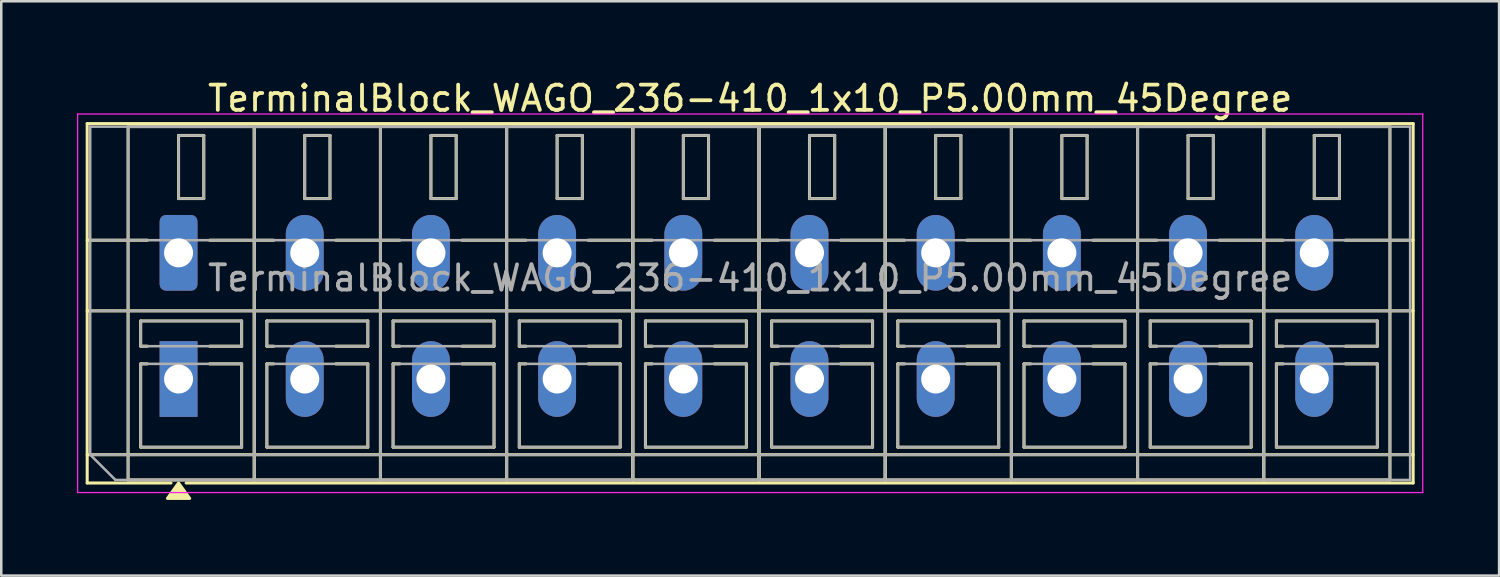
<source format=kicad_pcb>
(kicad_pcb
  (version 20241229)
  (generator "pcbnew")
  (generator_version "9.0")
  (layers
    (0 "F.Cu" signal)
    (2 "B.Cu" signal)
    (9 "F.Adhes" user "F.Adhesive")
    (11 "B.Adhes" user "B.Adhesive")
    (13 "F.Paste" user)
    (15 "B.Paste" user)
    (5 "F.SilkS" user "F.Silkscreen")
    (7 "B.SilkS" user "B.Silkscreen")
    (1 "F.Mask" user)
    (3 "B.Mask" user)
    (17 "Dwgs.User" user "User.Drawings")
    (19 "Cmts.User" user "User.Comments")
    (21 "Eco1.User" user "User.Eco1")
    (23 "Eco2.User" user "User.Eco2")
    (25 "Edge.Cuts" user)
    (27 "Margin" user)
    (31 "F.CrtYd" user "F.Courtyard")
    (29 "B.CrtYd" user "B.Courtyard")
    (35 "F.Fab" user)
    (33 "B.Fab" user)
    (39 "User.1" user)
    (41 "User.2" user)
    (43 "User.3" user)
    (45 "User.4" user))
  (footprint "TerminalBlock_WAGO_236-410_1x10_P5.00mm_45Degree"
    (layer "F.Cu")
    (at 4.025 6.968)
    (property "Reference" "TerminalBlock_WAGO_236-410_1x10_P5.00mm_45Degree" (at 22.65 -6.12 0) (layer "F.SilkS") (effects (font (size 1 1) (thickness 0.15))))
    (attr through_hole)
    (fp_line (start -3.62 -5.12) (end 48.92 -5.12) (stroke (width 0.12) (type solid)) (layer "F.SilkS"))
    (fp_line (start -3.62 -0.5) (end -1.23 -0.5) (stroke (width 0.12) (type solid)) (layer "F.SilkS"))
    (fp_line (start -3.62 2.3) (end 48.92 2.3) (stroke (width 0.12) (type solid)) (layer "F.SilkS"))
    (fp_line (start -3.62 8) (end 48.92 8) (stroke (width 0.12) (type solid)) (layer "F.SilkS"))
    (fp_line (start -3.62 9.12) (end -3.62 -5.12) (stroke (width 0.12) (type solid)) (layer "F.SilkS"))
    (fp_line (start -2 -5) (end 3 -5) (stroke (width 0.12) (type solid)) (layer "F.SilkS"))
    (fp_line (start -2 9) (end -2 -5) (stroke (width 0.12) (type solid)) (layer "F.SilkS"))
    (fp_line (start -1.5 2.7) (end 2.5 2.7) (stroke (width 0.12) (type solid)) (layer "F.SilkS"))
    (fp_line (start -1.5 3.7) (end -1.5 2.7) (stroke (width 0.12) (type solid)) (layer "F.SilkS"))
    (fp_line (start -1.5 4.4) (end -1.23 4.4) (stroke (width 0.12) (type solid)) (layer "F.SilkS"))
    (fp_line (start -1.5 7.7) (end -1.5 4.4) (stroke (width 0.12) (type solid)) (layer "F.SilkS"))
    (fp_line (start -1.23 3.7) (end -1.5 3.7) (stroke (width 0.12) (type solid)) (layer "F.SilkS"))
    (fp_line (start -0.3 9.12) (end -3.62 9.12) (stroke (width 0.12) (type solid)) (layer "F.SilkS"))
    (fp_line (start 0 -4.65) (end 1 -4.65) (stroke (width 0.12) (type solid)) (layer "F.SilkS"))
    (fp_line (start 0 -2.15) (end 0 -4.65) (stroke (width 0.12) (type solid)) (layer "F.SilkS"))
    (fp_line (start 1 -4.65) (end 1 -2.15) (stroke (width 0.12) (type solid)) (layer "F.SilkS"))
    (fp_line (start 1 -2.15) (end 0 -2.15) (stroke (width 0.12) (type solid)) (layer "F.SilkS"))
    (fp_line (start 1.23 -0.5) (end 3.77 -0.5) (stroke (width 0.12) (type solid)) (layer "F.SilkS"))
    (fp_line (start 1.23 4.4) (end 2.5 4.4) (stroke (width 0.12) (type solid)) (layer "F.SilkS"))
    (fp_line (start 2.5 2.7) (end 2.5 3.7) (stroke (width 0.12) (type solid)) (layer "F.SilkS"))
    (fp_line (start 2.5 3.7) (end 1.23 3.7) (stroke (width 0.12) (type solid)) (layer "F.SilkS"))
    (fp_line (start 2.5 4.4) (end 2.5 7.7) (stroke (width 0.12) (type solid)) (layer "F.SilkS"))
    (fp_line (start 2.5 7.7) (end -1.5 7.7) (stroke (width 0.12) (type solid)) (layer "F.SilkS"))
    (fp_line (start 3 -5) (end 3 9) (stroke (width 0.12) (type solid)) (layer "F.SilkS"))
    (fp_line (start 3 -5) (end 8 -5) (stroke (width 0.12) (type solid)) (layer "F.SilkS"))
    (fp_line (start 3 9) (end -2 9) (stroke (width 0.12) (type solid)) (layer "F.SilkS"))
    (fp_line (start 3 9) (end 3 -5) (stroke (width 0.12) (type solid)) (layer "F.SilkS"))
    (fp_line (start 3.5 2.7) (end 7.5 2.7) (stroke (width 0.12) (type solid)) (layer "F.SilkS"))
    (fp_line (start 3.5 3.7) (end 3.5 2.7) (stroke (width 0.12) (type solid)) (layer "F.SilkS"))
    (fp_line (start 3.5 4.4) (end 3.77 4.4) (stroke (width 0.12) (type solid)) (layer "F.SilkS"))
    (fp_line (start 3.5 7.7) (end 3.5 4.4) (stroke (width 0.12) (type solid)) (layer "F.SilkS"))
    (fp_line (start 3.77 3.7) (end 3.5 3.7) (stroke (width 0.12) (type solid)) (layer "F.SilkS"))
    (fp_line (start 5 -4.65) (end 6 -4.65) (stroke (width 0.12) (type solid)) (layer "F.SilkS"))
    (fp_line (start 5 -2.15) (end 5 -4.65) (stroke (width 0.12) (type solid)) (layer "F.SilkS"))
    (fp_line (start 6 -4.65) (end 6 -2.15) (stroke (width 0.12) (type solid)) (layer "F.SilkS"))
    (fp_line (start 6 -2.15) (end 5 -2.15) (stroke (width 0.12) (type solid)) (layer "F.SilkS"))
    (fp_line (start 6.23 -0.5) (end 8.77 -0.5) (stroke (width 0.12) (type solid)) (layer "F.SilkS"))
    (fp_line (start 6.23 4.4) (end 7.5 4.4) (stroke (width 0.12) (type solid)) (layer "F.SilkS"))
    (fp_line (start 7.5 2.7) (end 7.5 3.7) (stroke (width 0.12) (type solid)) (layer "F.SilkS"))
    (fp_line (start 7.5 3.7) (end 6.23 3.7) (stroke (width 0.12) (type solid)) (layer "F.SilkS"))
    (fp_line (start 7.5 4.4) (end 7.5 7.7) (stroke (width 0.12) (type solid)) (layer "F.SilkS"))
    (fp_line (start 7.5 7.7) (end 3.5 7.7) (stroke (width 0.12) (type solid)) (layer "F.SilkS"))
    (fp_line (start 8 -5) (end 8 9) (stroke (width 0.12) (type solid)) (layer "F.SilkS"))
    (fp_line (start 8 -5) (end 13 -5) (stroke (width 0.12) (type solid)) (layer "F.SilkS"))
    (fp_line (start 8 9) (end 3 9) (stroke (width 0.12) (type solid)) (layer "F.SilkS"))
    (fp_line (start 8 9) (end 8 -5) (stroke (width 0.12) (type solid)) (layer "F.SilkS"))
    (fp_line (start 8.5 2.7) (end 12.5 2.7) (stroke (width 0.12) (type solid)) (layer "F.SilkS"))
    (fp_line (start 8.5 3.7) (end 8.5 2.7) (stroke (width 0.12) (type solid)) (layer "F.SilkS"))
    (fp_line (start 8.5 4.4) (end 8.77 4.4) (stroke (width 0.12) (type solid)) (layer "F.SilkS"))
    (fp_line (start 8.5 7.7) (end 8.5 4.4) (stroke (width 0.12) (type solid)) (layer "F.SilkS"))
    (fp_line (start 8.77 3.7) (end 8.5 3.7) (stroke (width 0.12) (type solid)) (layer "F.SilkS"))
    (fp_line (start 10 -4.65) (end 11 -4.65) (stroke (width 0.12) (type solid)) (layer "F.SilkS"))
    (fp_line (start 10 -2.15) (end 10 -4.65) (stroke (width 0.12) (type solid)) (layer "F.SilkS"))
    (fp_line (start 11 -4.65) (end 11 -2.15) (stroke (width 0.12) (type solid)) (layer "F.SilkS"))
    (fp_line (start 11 -2.15) (end 10 -2.15) (stroke (width 0.12) (type solid)) (layer "F.SilkS"))
    (fp_line (start 11.23 -0.5) (end 13.77 -0.5) (stroke (width 0.12) (type solid)) (layer "F.SilkS"))
    (fp_line (start 11.23 4.4) (end 12.5 4.4) (stroke (width 0.12) (type solid)) (layer "F.SilkS"))
    (fp_line (start 12.5 2.7) (end 12.5 3.7) (stroke (width 0.12) (type solid)) (layer "F.SilkS"))
    (fp_line (start 12.5 3.7) (end 11.23 3.7) (stroke (width 0.12) (type solid)) (layer "F.SilkS"))
    (fp_line (start 12.5 4.4) (end 12.5 7.7) (stroke (width 0.12) (type solid)) (layer "F.SilkS"))
    (fp_line (start 12.5 7.7) (end 8.5 7.7) (stroke (width 0.12) (type solid)) (layer "F.SilkS"))
    (fp_line (start 13 -5) (end 13 9) (stroke (width 0.12) (type solid)) (layer "F.SilkS"))
    (fp_line (start 13 -5) (end 18 -5) (stroke (width 0.12) (type solid)) (layer "F.SilkS"))
    (fp_line (start 13 9) (end 8 9) (stroke (width 0.12) (type solid)) (layer "F.SilkS"))
    (fp_line (start 13 9) (end 13 -5) (stroke (width 0.12) (type solid)) (layer "F.SilkS"))
    (fp_line (start 13.5 2.7) (end 17.5 2.7) (stroke (width 0.12) (type solid)) (layer "F.SilkS"))
    (fp_line (start 13.5 3.7) (end 13.5 2.7) (stroke (width 0.12) (type solid)) (layer "F.SilkS"))
    (fp_line (start 13.5 4.4) (end 13.77 4.4) (stroke (width 0.12) (type solid)) (layer "F.SilkS"))
    (fp_line (start 13.5 7.7) (end 13.5 4.4) (stroke (width 0.12) (type solid)) (layer "F.SilkS"))
    (fp_line (start 13.77 3.7) (end 13.5 3.7) (stroke (width 0.12) (type solid)) (layer "F.SilkS"))
    (fp_line (start 15 -4.65) (end 16 -4.65) (stroke (width 0.12) (type solid)) (layer "F.SilkS"))
    (fp_line (start 15 -2.15) (end 15 -4.65) (stroke (width 0.12) (type solid)) (layer "F.SilkS"))
    (fp_line (start 16 -4.65) (end 16 -2.15) (stroke (width 0.12) (type solid)) (layer "F.SilkS"))
    (fp_line (start 16 -2.15) (end 15 -2.15) (stroke (width 0.12) (type solid)) (layer "F.SilkS"))
    (fp_line (start 16.23 -0.5) (end 18.77 -0.5) (stroke (width 0.12) (type solid)) (layer "F.SilkS"))
    (fp_line (start 16.23 4.4) (end 17.5 4.4) (stroke (width 0.12) (type solid)) (layer "F.SilkS"))
    (fp_line (start 17.5 2.7) (end 17.5 3.7) (stroke (width 0.12) (type solid)) (layer "F.SilkS"))
    (fp_line (start 17.5 3.7) (end 16.23 3.7) (stroke (width 0.12) (type solid)) (layer "F.SilkS"))
    (fp_line (start 17.5 4.4) (end 17.5 7.7) (stroke (width 0.12) (type solid)) (layer "F.SilkS"))
    (fp_line (start 17.5 7.7) (end 13.5 7.7) (stroke (width 0.12) (type solid)) (layer "F.SilkS"))
    (fp_line (start 18 -5) (end 18 9) (stroke (width 0.12) (type solid)) (layer "F.SilkS"))
    (fp_line (start 18 -5) (end 23 -5) (stroke (width 0.12) (type solid)) (layer "F.SilkS"))
    (fp_line (start 18 9) (end 13 9) (stroke (width 0.12) (type solid)) (layer "F.SilkS"))
    (fp_line (start 18 9) (end 18 -5) (stroke (width 0.12) (type solid)) (layer "F.SilkS"))
    (fp_line (start 18.5 2.7) (end 22.5 2.7) (stroke (width 0.12) (type solid)) (layer "F.SilkS"))
    (fp_line (start 18.5 3.7) (end 18.5 2.7) (stroke (width 0.12) (type solid)) (layer "F.SilkS"))
    (fp_line (start 18.5 4.4) (end 18.77 4.4) (stroke (width 0.12) (type solid)) (layer "F.SilkS"))
    (fp_line (start 18.5 7.7) (end 18.5 4.4) (stroke (width 0.12) (type solid)) (layer "F.SilkS"))
    (fp_line (start 18.77 3.7) (end 18.5 3.7) (stroke (width 0.12) (type solid)) (layer "F.SilkS"))
    (fp_line (start 20 -4.65) (end 21 -4.65) (stroke (width 0.12) (type solid)) (layer "F.SilkS"))
    (fp_line (start 20 -2.15) (end 20 -4.65) (stroke (width 0.12) (type solid)) (layer "F.SilkS"))
    (fp_line (start 21 -4.65) (end 21 -2.15) (stroke (width 0.12) (type solid)) (layer "F.SilkS"))
    (fp_line (start 21 -2.15) (end 20 -2.15) (stroke (width 0.12) (type solid)) (layer "F.SilkS"))
    (fp_line (start 21.23 -0.5) (end 23.77 -0.5) (stroke (width 0.12) (type solid)) (layer "F.SilkS"))
    (fp_line (start 21.23 4.4) (end 22.5 4.4) (stroke (width 0.12) (type solid)) (layer "F.SilkS"))
    (fp_line (start 22.5 2.7) (end 22.5 3.7) (stroke (width 0.12) (type solid)) (layer "F.SilkS"))
    (fp_line (start 22.5 3.7) (end 21.23 3.7) (stroke (width 0.12) (type solid)) (layer "F.SilkS"))
    (fp_line (start 22.5 4.4) (end 22.5 7.7) (stroke (width 0.12) (type solid)) (layer "F.SilkS"))
    (fp_line (start 22.5 7.7) (end 18.5 7.7) (stroke (width 0.12) (type solid)) (layer "F.SilkS"))
    (fp_line (start 23 -5) (end 23 9) (stroke (width 0.12) (type solid)) (layer "F.SilkS"))
    (fp_line (start 23 -5) (end 28 -5) (stroke (width 0.12) (type solid)) (layer "F.SilkS"))
    (fp_line (start 23 9) (end 18 9) (stroke (width 0.12) (type solid)) (layer "F.SilkS"))
    (fp_line (start 23 9) (end 23 -5) (stroke (width 0.12) (type solid)) (layer "F.SilkS"))
    (fp_line (start 23.5 2.7) (end 27.5 2.7) (stroke (width 0.12) (type solid)) (layer "F.SilkS"))
    (fp_line (start 23.5 3.7) (end 23.5 2.7) (stroke (width 0.12) (type solid)) (layer "F.SilkS"))
    (fp_line (start 23.5 4.4) (end 23.77 4.4) (stroke (width 0.12) (type solid)) (layer "F.SilkS"))
    (fp_line (start 23.5 7.7) (end 23.5 4.4) (stroke (width 0.12) (type solid)) (layer "F.SilkS"))
    (fp_line (start 23.77 3.7) (end 23.5 3.7) (stroke (width 0.12) (type solid)) (layer "F.SilkS"))
    (fp_line (start 25 -4.65) (end 26 -4.65) (stroke (width 0.12) (type solid)) (layer "F.SilkS"))
    (fp_line (start 25 -2.15) (end 25 -4.65) (stroke (width 0.12) (type solid)) (layer "F.SilkS"))
    (fp_line (start 26 -4.65) (end 26 -2.15) (stroke (width 0.12) (type solid)) (layer "F.SilkS"))
    (fp_line (start 26 -2.15) (end 25 -2.15) (stroke (width 0.12) (type solid)) (layer "F.SilkS"))
    (fp_line (start 26.23 -0.5) (end 28.77 -0.5) (stroke (width 0.12) (type solid)) (layer "F.SilkS"))
    (fp_line (start 26.23 4.4) (end 27.5 4.4) (stroke (width 0.12) (type solid)) (layer "F.SilkS"))
    (fp_line (start 27.5 2.7) (end 27.5 3.7) (stroke (width 0.12) (type solid)) (layer "F.SilkS"))
    (fp_line (start 27.5 3.7) (end 26.23 3.7) (stroke (width 0.12) (type solid)) (layer "F.SilkS"))
    (fp_line (start 27.5 4.4) (end 27.5 7.7) (stroke (width 0.12) (type solid)) (layer "F.SilkS"))
    (fp_line (start 27.5 7.7) (end 23.5 7.7) (stroke (width 0.12) (type solid)) (layer "F.SilkS"))
    (fp_line (start 28 -5) (end 28 9) (stroke (width 0.12) (type solid)) (layer "F.SilkS"))
    (fp_line (start 28 -5) (end 33 -5) (stroke (width 0.12) (type solid)) (layer "F.SilkS"))
    (fp_line (start 28 9) (end 23 9) (stroke (width 0.12) (type solid)) (layer "F.SilkS"))
    (fp_line (start 28 9) (end 28 -5) (stroke (width 0.12) (type solid)) (layer "F.SilkS"))
    (fp_line (start 28.5 2.7) (end 32.5 2.7) (stroke (width 0.12) (type solid)) (layer "F.SilkS"))
    (fp_line (start 28.5 3.7) (end 28.5 2.7) (stroke (width 0.12) (type solid)) (layer "F.SilkS"))
    (fp_line (start 28.5 4.4) (end 28.77 4.4) (stroke (width 0.12) (type solid)) (layer "F.SilkS"))
    (fp_line (start 28.5 7.7) (end 28.5 4.4) (stroke (width 0.12) (type solid)) (layer "F.SilkS"))
    (fp_line (start 28.77 3.7) (end 28.5 3.7) (stroke (width 0.12) (type solid)) (layer "F.SilkS"))
    (fp_line (start 30 -4.65) (end 31 -4.65) (stroke (width 0.12) (type solid)) (layer "F.SilkS"))
    (fp_line (start 30 -2.15) (end 30 -4.65) (stroke (width 0.12) (type solid)) (layer "F.SilkS"))
    (fp_line (start 31 -4.65) (end 31 -2.15) (stroke (width 0.12) (type solid)) (layer "F.SilkS"))
    (fp_line (start 31 -2.15) (end 30 -2.15) (stroke (width 0.12) (type solid)) (layer "F.SilkS"))
    (fp_line (start 31.23 -0.5) (end 33.77 -0.5) (stroke (width 0.12) (type solid)) (layer "F.SilkS"))
    (fp_line (start 31.23 4.4) (end 32.5 4.4) (stroke (width 0.12) (type solid)) (layer "F.SilkS"))
    (fp_line (start 32.5 2.7) (end 32.5 3.7) (stroke (width 0.12) (type solid)) (layer "F.SilkS"))
    (fp_line (start 32.5 3.7) (end 31.23 3.7) (stroke (width 0.12) (type solid)) (layer "F.SilkS"))
    (fp_line (start 32.5 4.4) (end 32.5 7.7) (stroke (width 0.12) (type solid)) (layer "F.SilkS"))
    (fp_line (start 32.5 7.7) (end 28.5 7.7) (stroke (width 0.12) (type solid)) (layer "F.SilkS"))
    (fp_line (start 33 -5) (end 33 9) (stroke (width 0.12) (type solid)) (layer "F.SilkS"))
    (fp_line (start 33 -5) (end 38 -5) (stroke (width 0.12) (type solid)) (layer "F.SilkS"))
    (fp_line (start 33 9) (end 28 9) (stroke (width 0.12) (type solid)) (layer "F.SilkS"))
    (fp_line (start 33 9) (end 33 -5) (stroke (width 0.12) (type solid)) (layer "F.SilkS"))
    (fp_line (start 33.5 2.7) (end 37.5 2.7) (stroke (width 0.12) (type solid)) (layer "F.SilkS"))
    (fp_line (start 33.5 3.7) (end 33.5 2.7) (stroke (width 0.12) (type solid)) (layer "F.SilkS"))
    (fp_line (start 33.5 4.4) (end 33.77 4.4) (stroke (width 0.12) (type solid)) (layer "F.SilkS"))
    (fp_line (start 33.5 7.7) (end 33.5 4.4) (stroke (width 0.12) (type solid)) (layer "F.SilkS"))
    (fp_line (start 33.77 3.7) (end 33.5 3.7) (stroke (width 0.12) (type solid)) (layer "F.SilkS"))
    (fp_line (start 35 -4.65) (end 36 -4.65) (stroke (width 0.12) (type solid)) (layer "F.SilkS"))
    (fp_line (start 35 -2.15) (end 35 -4.65) (stroke (width 0.12) (type solid)) (layer "F.SilkS"))
    (fp_line (start 36 -4.65) (end 36 -2.15) (stroke (width 0.12) (type solid)) (layer "F.SilkS"))
    (fp_line (start 36 -2.15) (end 35 -2.15) (stroke (width 0.12) (type solid)) (layer "F.SilkS"))
    (fp_line (start 36.23 -0.5) (end 38.77 -0.5) (stroke (width 0.12) (type solid)) (layer "F.SilkS"))
    (fp_line (start 36.23 4.4) (end 37.5 4.4) (stroke (width 0.12) (type solid)) (layer "F.SilkS"))
    (fp_line (start 37.5 2.7) (end 37.5 3.7) (stroke (width 0.12) (type solid)) (layer "F.SilkS"))
    (fp_line (start 37.5 3.7) (end 36.23 3.7) (stroke (width 0.12) (type solid)) (layer "F.SilkS"))
    (fp_line (start 37.5 4.4) (end 37.5 7.7) (stroke (width 0.12) (type solid)) (layer "F.SilkS"))
    (fp_line (start 37.5 7.7) (end 33.5 7.7) (stroke (width 0.12) (type solid)) (layer "F.SilkS"))
    (fp_line (start 38 -5) (end 38 9) (stroke (width 0.12) (type solid)) (layer "F.SilkS"))
    (fp_line (start 38 -5) (end 43 -5) (stroke (width 0.12) (type solid)) (layer "F.SilkS"))
    (fp_line (start 38 9) (end 33 9) (stroke (width 0.12) (type solid)) (layer "F.SilkS"))
    (fp_line (start 38 9) (end 38 -5) (stroke (width 0.12) (type solid)) (layer "F.SilkS"))
    (fp_line (start 38.5 2.7) (end 42.5 2.7) (stroke (width 0.12) (type solid)) (layer "F.SilkS"))
    (fp_line (start 38.5 3.7) (end 38.5 2.7) (stroke (width 0.12) (type solid)) (layer "F.SilkS"))
    (fp_line (start 38.5 4.4) (end 38.77 4.4) (stroke (width 0.12) (type solid)) (layer "F.SilkS"))
    (fp_line (start 38.5 7.7) (end 38.5 4.4) (stroke (width 0.12) (type solid)) (layer "F.SilkS"))
    (fp_line (start 38.77 3.7) (end 38.5 3.7) (stroke (width 0.12) (type solid)) (layer "F.SilkS"))
    (fp_line (start 40 -4.65) (end 41 -4.65) (stroke (width 0.12) (type solid)) (layer "F.SilkS"))
    (fp_line (start 40 -2.15) (end 40 -4.65) (stroke (width 0.12) (type solid)) (layer "F.SilkS"))
    (fp_line (start 41 -4.65) (end 41 -2.15) (stroke (width 0.12) (type solid)) (layer "F.SilkS"))
    (fp_line (start 41 -2.15) (end 40 -2.15) (stroke (width 0.12) (type solid)) (layer "F.SilkS"))
    (fp_line (start 41.23 -0.5) (end 43.77 -0.5) (stroke (width 0.12) (type solid)) (layer "F.SilkS"))
    (fp_line (start 41.23 4.4) (end 42.5 4.4) (stroke (width 0.12) (type solid)) (layer "F.SilkS"))
    (fp_line (start 42.5 2.7) (end 42.5 3.7) (stroke (width 0.12) (type solid)) (layer "F.SilkS"))
    (fp_line (start 42.5 3.7) (end 41.23 3.7) (stroke (width 0.12) (type solid)) (layer "F.SilkS"))
    (fp_line (start 42.5 4.4) (end 42.5 7.7) (stroke (width 0.12) (type solid)) (layer "F.SilkS"))
    (fp_line (start 42.5 7.7) (end 38.5 7.7) (stroke (width 0.12) (type solid)) (layer "F.SilkS"))
    (fp_line (start 43 -5) (end 43 9) (stroke (width 0.12) (type solid)) (layer "F.SilkS"))
    (fp_line (start 43 -5) (end 48 -5) (stroke (width 0.12) (type solid)) (layer "F.SilkS"))
    (fp_line (start 43 9) (end 38 9) (stroke (width 0.12) (type solid)) (layer "F.SilkS"))
    (fp_line (start 43 9) (end 43 -5) (stroke (width 0.12) (type solid)) (layer "F.SilkS"))
    (fp_line (start 43.5 2.7) (end 47.5 2.7) (stroke (width 0.12) (type solid)) (layer "F.SilkS"))
    (fp_line (start 43.5 3.7) (end 43.5 2.7) (stroke (width 0.12) (type solid)) (layer "F.SilkS"))
    (fp_line (start 43.5 4.4) (end 43.77 4.4) (stroke (width 0.12) (type solid)) (layer "F.SilkS"))
    (fp_line (start 43.5 7.7) (end 43.5 4.4) (stroke (width 0.12) (type solid)) (layer "F.SilkS"))
    (fp_line (start 43.77 3.7) (end 43.5 3.7) (stroke (width 0.12) (type solid)) (layer "F.SilkS"))
    (fp_line (start 45 -4.65) (end 46 -4.65) (stroke (width 0.12) (type solid)) (layer "F.SilkS"))
    (fp_line (start 45 -2.15) (end 45 -4.65) (stroke (width 0.12) (type solid)) (layer "F.SilkS"))
    (fp_line (start 46 -4.65) (end 46 -2.15) (stroke (width 0.12) (type solid)) (layer "F.SilkS"))
    (fp_line (start 46 -2.15) (end 45 -2.15) (stroke (width 0.12) (type solid)) (layer "F.SilkS"))
    (fp_line (start 46.23 -0.5) (end 48.92 -0.5) (stroke (width 0.12) (type solid)) (layer "F.SilkS"))
    (fp_line (start 46.23 4.4) (end 47.5 4.4) (stroke (width 0.12) (type solid)) (layer "F.SilkS"))
    (fp_line (start 47.5 2.7) (end 47.5 3.7) (stroke (width 0.12) (type solid)) (layer "F.SilkS"))
    (fp_line (start 47.5 3.7) (end 46.23 3.7) (stroke (width 0.12) (type solid)) (layer "F.SilkS"))
    (fp_line (start 47.5 4.4) (end 47.5 7.7) (stroke (width 0.12) (type solid)) (layer "F.SilkS"))
    (fp_line (start 47.5 7.7) (end 43.5 7.7) (stroke (width 0.12) (type solid)) (layer "F.SilkS"))
    (fp_line (start 48 -5) (end 48 9) (stroke (width 0.12) (type solid)) (layer "F.SilkS"))
    (fp_line (start 48 9) (end 43 9) (stroke (width 0.12) (type solid)) (layer "F.SilkS"))
    (fp_line (start 48.92 -5.12) (end 48.92 9.12) (stroke (width 0.12) (type solid)) (layer "F.SilkS"))
    (fp_line (start 48.92 9.12) (end 0.3 9.12) (stroke (width 0.12) (type solid)) (layer "F.SilkS"))
    (fp_poly (pts (xy 0 9.12) (xy 0.44 9.73) (xy -0.44 9.73)) (stroke (width 0.12) (type solid)) (fill yes) (layer "F.SilkS"))
    (fp_line (start -4 -5.5) (end -4 9.5) (stroke (width 0.05) (type solid)) (layer "F.CrtYd"))
    (fp_line (start -4 9.5) (end 49.3 9.5) (stroke (width 0.05) (type solid)) (layer "F.CrtYd"))
    (fp_line (start 49.3 -5.5) (end -4 -5.5) (stroke (width 0.05) (type solid)) (layer "F.CrtYd"))
    (fp_line (start 49.3 9.5) (end 49.3 -5.5) (stroke (width 0.05) (type solid)) (layer "F.CrtYd"))
    (fp_line (start -3.5 -5) (end 48.8 -5) (stroke (width 0.1) (type solid)) (layer "F.Fab"))
    (fp_line (start -3.5 -0.5) (end 48.8 -0.5) (stroke (width 0.1) (type solid)) (layer "F.Fab"))
    (fp_line (start -3.5 2.3) (end 48.8 2.3) (stroke (width 0.1) (type solid)) (layer "F.Fab"))
    (fp_line (start -3.5 8) (end -3.5 -5) (stroke (width 0.1) (type solid)) (layer "F.Fab"))
    (fp_line (start -3.5 8) (end 48.8 8) (stroke (width 0.1) (type solid)) (layer "F.Fab"))
    (fp_line (start -2.5 9) (end -3.5 8) (stroke (width 0.1) (type solid)) (layer "F.Fab"))
    (fp_line (start -2 -5) (end -2 9) (stroke (width 0.1) (type solid)) (layer "F.Fab"))
    (fp_line (start -2 9) (end 3 9) (stroke (width 0.1) (type solid)) (layer "F.Fab"))
    (fp_line (start -1.5 2.7) (end -1.5 3.7) (stroke (width 0.1) (type solid)) (layer "F.Fab"))
    (fp_line (start -1.5 3.7) (end 2.5 3.7) (stroke (width 0.1) (type solid)) (layer "F.Fab"))
    (fp_line (start -1.5 4.4) (end -1.5 7.7) (stroke (width 0.1) (type solid)) (layer "F.Fab"))
    (fp_line (start -1.5 7.7) (end 2.5 7.7) (stroke (width 0.1) (type solid)) (layer "F.Fab"))
    (fp_line (start 0 -4.65) (end 0 -2.15) (stroke (width 0.1) (type solid)) (layer "F.Fab"))
    (fp_line (start 0 -2.15) (end 1 -2.15) (stroke (width 0.1) (type solid)) (layer "F.Fab"))
    (fp_line (start 1 -4.65) (end 0 -4.65) (stroke (width 0.1) (type solid)) (layer "F.Fab"))
    (fp_line (start 1 -2.15) (end 1 -4.65) (stroke (width 0.1) (type solid)) (layer "F.Fab"))
    (fp_line (start 2.5 2.7) (end -1.5 2.7) (stroke (width 0.1) (type solid)) (layer "F.Fab"))
    (fp_line (start 2.5 3.7) (end 2.5 2.7) (stroke (width 0.1) (type solid)) (layer "F.Fab"))
    (fp_line (start 2.5 4.4) (end -1.5 4.4) (stroke (width 0.1) (type solid)) (layer "F.Fab"))
    (fp_line (start 2.5 7.7) (end 2.5 4.4) (stroke (width 0.1) (type solid)) (layer "F.Fab"))
    (fp_line (start 3 -5) (end -2 -5) (stroke (width 0.1) (type solid)) (layer "F.Fab"))
    (fp_line (start 3 -5) (end 3 9) (stroke (width 0.1) (type solid)) (layer "F.Fab"))
    (fp_line (start 3 9) (end 3 -5) (stroke (width 0.1) (type solid)) (layer "F.Fab"))
    (fp_line (start 3 9) (end 8 9) (stroke (width 0.1) (type solid)) (layer "F.Fab"))
    (fp_line (start 3.5 2.7) (end 3.5 3.7) (stroke (width 0.1) (type solid)) (layer "F.Fab"))
    (fp_line (start 3.5 3.7) (end 7.5 3.7) (stroke (width 0.1) (type solid)) (layer "F.Fab"))
    (fp_line (start 3.5 4.4) (end 3.5 7.7) (stroke (width 0.1) (type solid)) (layer "F.Fab"))
    (fp_line (start 3.5 7.7) (end 7.5 7.7) (stroke (width 0.1) (type solid)) (layer "F.Fab"))
    (fp_line (start 5 -4.65) (end 5 -2.15) (stroke (width 0.1) (type solid)) (layer "F.Fab"))
    (fp_line (start 5 -2.15) (end 6 -2.15) (stroke (width 0.1) (type solid)) (layer "F.Fab"))
    (fp_line (start 6 -4.65) (end 5 -4.65) (stroke (width 0.1) (type solid)) (layer "F.Fab"))
    (fp_line (start 6 -2.15) (end 6 -4.65) (stroke (width 0.1) (type solid)) (layer "F.Fab"))
    (fp_line (start 7.5 2.7) (end 3.5 2.7) (stroke (width 0.1) (type solid)) (layer "F.Fab"))
    (fp_line (start 7.5 3.7) (end 7.5 2.7) (stroke (width 0.1) (type solid)) (layer "F.Fab"))
    (fp_line (start 7.5 4.4) (end 3.5 4.4) (stroke (width 0.1) (type solid)) (layer "F.Fab"))
    (fp_line (start 7.5 7.7) (end 7.5 4.4) (stroke (width 0.1) (type solid)) (layer "F.Fab"))
    (fp_line (start 8 -5) (end 3 -5) (stroke (width 0.1) (type solid)) (layer "F.Fab"))
    (fp_line (start 8 -5) (end 8 9) (stroke (width 0.1) (type solid)) (layer "F.Fab"))
    (fp_line (start 8 9) (end 8 -5) (stroke (width 0.1) (type solid)) (layer "F.Fab"))
    (fp_line (start 8 9) (end 13 9) (stroke (width 0.1) (type solid)) (layer "F.Fab"))
    (fp_line (start 8.5 2.7) (end 8.5 3.7) (stroke (width 0.1) (type solid)) (layer "F.Fab"))
    (fp_line (start 8.5 3.7) (end 12.5 3.7) (stroke (width 0.1) (type solid)) (layer "F.Fab"))
    (fp_line (start 8.5 4.4) (end 8.5 7.7) (stroke (width 0.1) (type solid)) (layer "F.Fab"))
    (fp_line (start 8.5 7.7) (end 12.5 7.7) (stroke (width 0.1) (type solid)) (layer "F.Fab"))
    (fp_line (start 10 -4.65) (end 10 -2.15) (stroke (width 0.1) (type solid)) (layer "F.Fab"))
    (fp_line (start 10 -2.15) (end 11 -2.15) (stroke (width 0.1) (type solid)) (layer "F.Fab"))
    (fp_line (start 11 -4.65) (end 10 -4.65) (stroke (width 0.1) (type solid)) (layer "F.Fab"))
    (fp_line (start 11 -2.15) (end 11 -4.65) (stroke (width 0.1) (type solid)) (layer "F.Fab"))
    (fp_line (start 12.5 2.7) (end 8.5 2.7) (stroke (width 0.1) (type solid)) (layer "F.Fab"))
    (fp_line (start 12.5 3.7) (end 12.5 2.7) (stroke (width 0.1) (type solid)) (layer "F.Fab"))
    (fp_line (start 12.5 4.4) (end 8.5 4.4) (stroke (width 0.1) (type solid)) (layer "F.Fab"))
    (fp_line (start 12.5 7.7) (end 12.5 4.4) (stroke (width 0.1) (type solid)) (layer "F.Fab"))
    (fp_line (start 13 -5) (end 8 -5) (stroke (width 0.1) (type solid)) (layer "F.Fab"))
    (fp_line (start 13 -5) (end 13 9) (stroke (width 0.1) (type solid)) (layer "F.Fab"))
    (fp_line (start 13 9) (end 13 -5) (stroke (width 0.1) (type solid)) (layer "F.Fab"))
    (fp_line (start 13 9) (end 18 9) (stroke (width 0.1) (type solid)) (layer "F.Fab"))
    (fp_line (start 13.5 2.7) (end 13.5 3.7) (stroke (width 0.1) (type solid)) (layer "F.Fab"))
    (fp_line (start 13.5 3.7) (end 17.5 3.7) (stroke (width 0.1) (type solid)) (layer "F.Fab"))
    (fp_line (start 13.5 4.4) (end 13.5 7.7) (stroke (width 0.1) (type solid)) (layer "F.Fab"))
    (fp_line (start 13.5 7.7) (end 17.5 7.7) (stroke (width 0.1) (type solid)) (layer "F.Fab"))
    (fp_line (start 15 -4.65) (end 15 -2.15) (stroke (width 0.1) (type solid)) (layer "F.Fab"))
    (fp_line (start 15 -2.15) (end 16 -2.15) (stroke (width 0.1) (type solid)) (layer "F.Fab"))
    (fp_line (start 16 -4.65) (end 15 -4.65) (stroke (width 0.1) (type solid)) (layer "F.Fab"))
    (fp_line (start 16 -2.15) (end 16 -4.65) (stroke (width 0.1) (type solid)) (layer "F.Fab"))
    (fp_line (start 17.5 2.7) (end 13.5 2.7) (stroke (width 0.1) (type solid)) (layer "F.Fab"))
    (fp_line (start 17.5 3.7) (end 17.5 2.7) (stroke (width 0.1) (type solid)) (layer "F.Fab"))
    (fp_line (start 17.5 4.4) (end 13.5 4.4) (stroke (width 0.1) (type solid)) (layer "F.Fab"))
    (fp_line (start 17.5 7.7) (end 17.5 4.4) (stroke (width 0.1) (type solid)) (layer "F.Fab"))
    (fp_line (start 18 -5) (end 13 -5) (stroke (width 0.1) (type solid)) (layer "F.Fab"))
    (fp_line (start 18 -5) (end 18 9) (stroke (width 0.1) (type solid)) (layer "F.Fab"))
    (fp_line (start 18 9) (end 18 -5) (stroke (width 0.1) (type solid)) (layer "F.Fab"))
    (fp_line (start 18 9) (end 23 9) (stroke (width 0.1) (type solid)) (layer "F.Fab"))
    (fp_line (start 18.5 2.7) (end 18.5 3.7) (stroke (width 0.1) (type solid)) (layer "F.Fab"))
    (fp_line (start 18.5 3.7) (end 22.5 3.7) (stroke (width 0.1) (type solid)) (layer "F.Fab"))
    (fp_line (start 18.5 4.4) (end 18.5 7.7) (stroke (width 0.1) (type solid)) (layer "F.Fab"))
    (fp_line (start 18.5 7.7) (end 22.5 7.7) (stroke (width 0.1) (type solid)) (layer "F.Fab"))
    (fp_line (start 20 -4.65) (end 20 -2.15) (stroke (width 0.1) (type solid)) (layer "F.Fab"))
    (fp_line (start 20 -2.15) (end 21 -2.15) (stroke (width 0.1) (type solid)) (layer "F.Fab"))
    (fp_line (start 21 -4.65) (end 20 -4.65) (stroke (width 0.1) (type solid)) (layer "F.Fab"))
    (fp_line (start 21 -2.15) (end 21 -4.65) (stroke (width 0.1) (type solid)) (layer "F.Fab"))
    (fp_line (start 22.5 2.7) (end 18.5 2.7) (stroke (width 0.1) (type solid)) (layer "F.Fab"))
    (fp_line (start 22.5 3.7) (end 22.5 2.7) (stroke (width 0.1) (type solid)) (layer "F.Fab"))
    (fp_line (start 22.5 4.4) (end 18.5 4.4) (stroke (width 0.1) (type solid)) (layer "F.Fab"))
    (fp_line (start 22.5 7.7) (end 22.5 4.4) (stroke (width 0.1) (type solid)) (layer "F.Fab"))
    (fp_line (start 23 -5) (end 18 -5) (stroke (width 0.1) (type solid)) (layer "F.Fab"))
    (fp_line (start 23 -5) (end 23 9) (stroke (width 0.1) (type solid)) (layer "F.Fab"))
    (fp_line (start 23 9) (end 23 -5) (stroke (width 0.1) (type solid)) (layer "F.Fab"))
    (fp_line (start 23 9) (end 28 9) (stroke (width 0.1) (type solid)) (layer "F.Fab"))
    (fp_line (start 23.5 2.7) (end 23.5 3.7) (stroke (width 0.1) (type solid)) (layer "F.Fab"))
    (fp_line (start 23.5 3.7) (end 27.5 3.7) (stroke (width 0.1) (type solid)) (layer "F.Fab"))
    (fp_line (start 23.5 4.4) (end 23.5 7.7) (stroke (width 0.1) (type solid)) (layer "F.Fab"))
    (fp_line (start 23.5 7.7) (end 27.5 7.7) (stroke (width 0.1) (type solid)) (layer "F.Fab"))
    (fp_line (start 25 -4.65) (end 25 -2.15) (stroke (width 0.1) (type solid)) (layer "F.Fab"))
    (fp_line (start 25 -2.15) (end 26 -2.15) (stroke (width 0.1) (type solid)) (layer "F.Fab"))
    (fp_line (start 26 -4.65) (end 25 -4.65) (stroke (width 0.1) (type solid)) (layer "F.Fab"))
    (fp_line (start 26 -2.15) (end 26 -4.65) (stroke (width 0.1) (type solid)) (layer "F.Fab"))
    (fp_line (start 27.5 2.7) (end 23.5 2.7) (stroke (width 0.1) (type solid)) (layer "F.Fab"))
    (fp_line (start 27.5 3.7) (end 27.5 2.7) (stroke (width 0.1) (type solid)) (layer "F.Fab"))
    (fp_line (start 27.5 4.4) (end 23.5 4.4) (stroke (width 0.1) (type solid)) (layer "F.Fab"))
    (fp_line (start 27.5 7.7) (end 27.5 4.4) (stroke (width 0.1) (type solid)) (layer "F.Fab"))
    (fp_line (start 28 -5) (end 23 -5) (stroke (width 0.1) (type solid)) (layer "F.Fab"))
    (fp_line (start 28 -5) (end 28 9) (stroke (width 0.1) (type solid)) (layer "F.Fab"))
    (fp_line (start 28 9) (end 28 -5) (stroke (width 0.1) (type solid)) (layer "F.Fab"))
    (fp_line (start 28 9) (end 33 9) (stroke (width 0.1) (type solid)) (layer "F.Fab"))
    (fp_line (start 28.5 2.7) (end 28.5 3.7) (stroke (width 0.1) (type solid)) (layer "F.Fab"))
    (fp_line (start 28.5 3.7) (end 32.5 3.7) (stroke (width 0.1) (type solid)) (layer "F.Fab"))
    (fp_line (start 28.5 4.4) (end 28.5 7.7) (stroke (width 0.1) (type solid)) (layer "F.Fab"))
    (fp_line (start 28.5 7.7) (end 32.5 7.7) (stroke (width 0.1) (type solid)) (layer "F.Fab"))
    (fp_line (start 30 -4.65) (end 30 -2.15) (stroke (width 0.1) (type solid)) (layer "F.Fab"))
    (fp_line (start 30 -2.15) (end 31 -2.15) (stroke (width 0.1) (type solid)) (layer "F.Fab"))
    (fp_line (start 31 -4.65) (end 30 -4.65) (stroke (width 0.1) (type solid)) (layer "F.Fab"))
    (fp_line (start 31 -2.15) (end 31 -4.65) (stroke (width 0.1) (type solid)) (layer "F.Fab"))
    (fp_line (start 32.5 2.7) (end 28.5 2.7) (stroke (width 0.1) (type solid)) (layer "F.Fab"))
    (fp_line (start 32.5 3.7) (end 32.5 2.7) (stroke (width 0.1) (type solid)) (layer "F.Fab"))
    (fp_line (start 32.5 4.4) (end 28.5 4.4) (stroke (width 0.1) (type solid)) (layer "F.Fab"))
    (fp_line (start 32.5 7.7) (end 32.5 4.4) (stroke (width 0.1) (type solid)) (layer "F.Fab"))
    (fp_line (start 33 -5) (end 28 -5) (stroke (width 0.1) (type solid)) (layer "F.Fab"))
    (fp_line (start 33 -5) (end 33 9) (stroke (width 0.1) (type solid)) (layer "F.Fab"))
    (fp_line (start 33 9) (end 33 -5) (stroke (width 0.1) (type solid)) (layer "F.Fab"))
    (fp_line (start 33 9) (end 38 9) (stroke (width 0.1) (type solid)) (layer "F.Fab"))
    (fp_line (start 33.5 2.7) (end 33.5 3.7) (stroke (width 0.1) (type solid)) (layer "F.Fab"))
    (fp_line (start 33.5 3.7) (end 37.5 3.7) (stroke (width 0.1) (type solid)) (layer "F.Fab"))
    (fp_line (start 33.5 4.4) (end 33.5 7.7) (stroke (width 0.1) (type solid)) (layer "F.Fab"))
    (fp_line (start 33.5 7.7) (end 37.5 7.7) (stroke (width 0.1) (type solid)) (layer "F.Fab"))
    (fp_line (start 35 -4.65) (end 35 -2.15) (stroke (width 0.1) (type solid)) (layer "F.Fab"))
    (fp_line (start 35 -2.15) (end 36 -2.15) (stroke (width 0.1) (type solid)) (layer "F.Fab"))
    (fp_line (start 36 -4.65) (end 35 -4.65) (stroke (width 0.1) (type solid)) (layer "F.Fab"))
    (fp_line (start 36 -2.15) (end 36 -4.65) (stroke (width 0.1) (type solid)) (layer "F.Fab"))
    (fp_line (start 37.5 2.7) (end 33.5 2.7) (stroke (width 0.1) (type solid)) (layer "F.Fab"))
    (fp_line (start 37.5 3.7) (end 37.5 2.7) (stroke (width 0.1) (type solid)) (layer "F.Fab"))
    (fp_line (start 37.5 4.4) (end 33.5 4.4) (stroke (width 0.1) (type solid)) (layer "F.Fab"))
    (fp_line (start 37.5 7.7) (end 37.5 4.4) (stroke (width 0.1) (type solid)) (layer "F.Fab"))
    (fp_line (start 38 -5) (end 33 -5) (stroke (width 0.1) (type solid)) (layer "F.Fab"))
    (fp_line (start 38 -5) (end 38 9) (stroke (width 0.1) (type solid)) (layer "F.Fab"))
    (fp_line (start 38 9) (end 38 -5) (stroke (width 0.1) (type solid)) (layer "F.Fab"))
    (fp_line (start 38 9) (end 43 9) (stroke (width 0.1) (type solid)) (layer "F.Fab"))
    (fp_line (start 38.5 2.7) (end 38.5 3.7) (stroke (width 0.1) (type solid)) (layer "F.Fab"))
    (fp_line (start 38.5 3.7) (end 42.5 3.7) (stroke (width 0.1) (type solid)) (layer "F.Fab"))
    (fp_line (start 38.5 4.4) (end 38.5 7.7) (stroke (width 0.1) (type solid)) (layer "F.Fab"))
    (fp_line (start 38.5 7.7) (end 42.5 7.7) (stroke (width 0.1) (type solid)) (layer "F.Fab"))
    (fp_line (start 40 -4.65) (end 40 -2.15) (stroke (width 0.1) (type solid)) (layer "F.Fab"))
    (fp_line (start 40 -2.15) (end 41 -2.15) (stroke (width 0.1) (type solid)) (layer "F.Fab"))
    (fp_line (start 41 -4.65) (end 40 -4.65) (stroke (width 0.1) (type solid)) (layer "F.Fab"))
    (fp_line (start 41 -2.15) (end 41 -4.65) (stroke (width 0.1) (type solid)) (layer "F.Fab"))
    (fp_line (start 42.5 2.7) (end 38.5 2.7) (stroke (width 0.1) (type solid)) (layer "F.Fab"))
    (fp_line (start 42.5 3.7) (end 42.5 2.7) (stroke (width 0.1) (type solid)) (layer "F.Fab"))
    (fp_line (start 42.5 4.4) (end 38.5 4.4) (stroke (width 0.1) (type solid)) (layer "F.Fab"))
    (fp_line (start 42.5 7.7) (end 42.5 4.4) (stroke (width 0.1) (type solid)) (layer "F.Fab"))
    (fp_line (start 43 -5) (end 38 -5) (stroke (width 0.1) (type solid)) (layer "F.Fab"))
    (fp_line (start 43 -5) (end 43 9) (stroke (width 0.1) (type solid)) (layer "F.Fab"))
    (fp_line (start 43 9) (end 43 -5) (stroke (width 0.1) (type solid)) (layer "F.Fab"))
    (fp_line (start 43 9) (end 48 9) (stroke (width 0.1) (type solid)) (layer "F.Fab"))
    (fp_line (start 43.5 2.7) (end 43.5 3.7) (stroke (width 0.1) (type solid)) (layer "F.Fab"))
    (fp_line (start 43.5 3.7) (end 47.5 3.7) (stroke (width 0.1) (type solid)) (layer "F.Fab"))
    (fp_line (start 43.5 4.4) (end 43.5 7.7) (stroke (width 0.1) (type solid)) (layer "F.Fab"))
    (fp_line (start 43.5 7.7) (end 47.5 7.7) (stroke (width 0.1) (type solid)) (layer "F.Fab"))
    (fp_line (start 45 -4.65) (end 45 -2.15) (stroke (width 0.1) (type solid)) (layer "F.Fab"))
    (fp_line (start 45 -2.15) (end 46 -2.15) (stroke (width 0.1) (type solid)) (layer "F.Fab"))
    (fp_line (start 46 -4.65) (end 45 -4.65) (stroke (width 0.1) (type solid)) (layer "F.Fab"))
    (fp_line (start 46 -2.15) (end 46 -4.65) (stroke (width 0.1) (type solid)) (layer "F.Fab"))
    (fp_line (start 47.5 2.7) (end 43.5 2.7) (stroke (width 0.1) (type solid)) (layer "F.Fab"))
    (fp_line (start 47.5 3.7) (end 47.5 2.7) (stroke (width 0.1) (type solid)) (layer "F.Fab"))
    (fp_line (start 47.5 4.4) (end 43.5 4.4) (stroke (width 0.1) (type solid)) (layer "F.Fab"))
    (fp_line (start 47.5 7.7) (end 47.5 4.4) (stroke (width 0.1) (type solid)) (layer "F.Fab"))
    (fp_line (start 48 -5) (end 43 -5) (stroke (width 0.1) (type solid)) (layer "F.Fab"))
    (fp_line (start 48 9) (end 48 -5) (stroke (width 0.1) (type solid)) (layer "F.Fab"))
    (fp_line (start 48.8 -5) (end 48.8 9) (stroke (width 0.1) (type solid)) (layer "F.Fab"))
    (fp_line (start 48.8 9) (end -2.5 9) (stroke (width 0.1) (type solid)) (layer "F.Fab"))
    (fp_text user "${REFERENCE}" (at 22.65 1 0) (layer "F.Fab") (effects (font (size 1 1) (thickness 0.15))))
    (pad "1" thru_hole roundrect (at 0 0) (size 1.5 3) (drill 1.15) (layers "*.Cu" "*.Mask") (roundrect_rratio 0.167))
    (pad "1" thru_hole rect (at 0 5) (size 1.5 3) (drill 1.15) (layers "*.Cu" "*.Mask"))
    (pad "2" thru_hole oval (at 5 0) (size 1.5 3) (drill 1.15) (layers "*.Cu" "*.Mask"))
    (pad "2" thru_hole oval (at 5 5) (size 1.5 3) (drill 1.15) (layers "*.Cu" "*.Mask"))
    (pad "3" thru_hole oval (at 10 0) (size 1.5 3) (drill 1.15) (layers "*.Cu" "*.Mask"))
    (pad "3" thru_hole oval (at 10 5) (size 1.5 3) (drill 1.15) (layers "*.Cu" "*.Mask"))
    (pad "4" thru_hole oval (at 15 0) (size 1.5 3) (drill 1.15) (layers "*.Cu" "*.Mask"))
    (pad "4" thru_hole oval (at 15 5) (size 1.5 3) (drill 1.15) (layers "*.Cu" "*.Mask"))
    (pad "5" thru_hole oval (at 20 0) (size 1.5 3) (drill 1.15) (layers "*.Cu" "*.Mask"))
    (pad "5" thru_hole oval (at 20 5) (size 1.5 3) (drill 1.15) (layers "*.Cu" "*.Mask"))
    (pad "6" thru_hole oval (at 25 0) (size 1.5 3) (drill 1.15) (layers "*.Cu" "*.Mask"))
    (pad "6" thru_hole oval (at 25 5) (size 1.5 3) (drill 1.15) (layers "*.Cu" "*.Mask"))
    (pad "7" thru_hole oval (at 30 0) (size 1.5 3) (drill 1.15) (layers "*.Cu" "*.Mask"))
    (pad "7" thru_hole oval (at 30 5) (size 1.5 3) (drill 1.15) (layers "*.Cu" "*.Mask"))
    (pad "8" thru_hole oval (at 35 0) (size 1.5 3) (drill 1.15) (layers "*.Cu" "*.Mask"))
    (pad "8" thru_hole oval (at 35 5) (size 1.5 3) (drill 1.15) (layers "*.Cu" "*.Mask"))
    (pad "9" thru_hole oval (at 40 0) (size 1.5 3) (drill 1.15) (layers "*.Cu" "*.Mask"))
    (pad "9" thru_hole oval (at 40 5) (size 1.5 3) (drill 1.15) (layers "*.Cu" "*.Mask"))
    (pad "10" thru_hole oval (at 45 0) (size 1.5 3) (drill 1.15) (layers "*.Cu" "*.Mask"))
    (pad "10" thru_hole oval (at 45 5) (size 1.5 3) (drill 1.15) (layers "*.Cu" "*.Mask")))
  (gr_rect
    (start -3 -3)
    (end 56.35 19.758)
    (stroke (width 0.1) (type default))
    (fill no)
    (layer "Edge.Cuts")))
</source>
